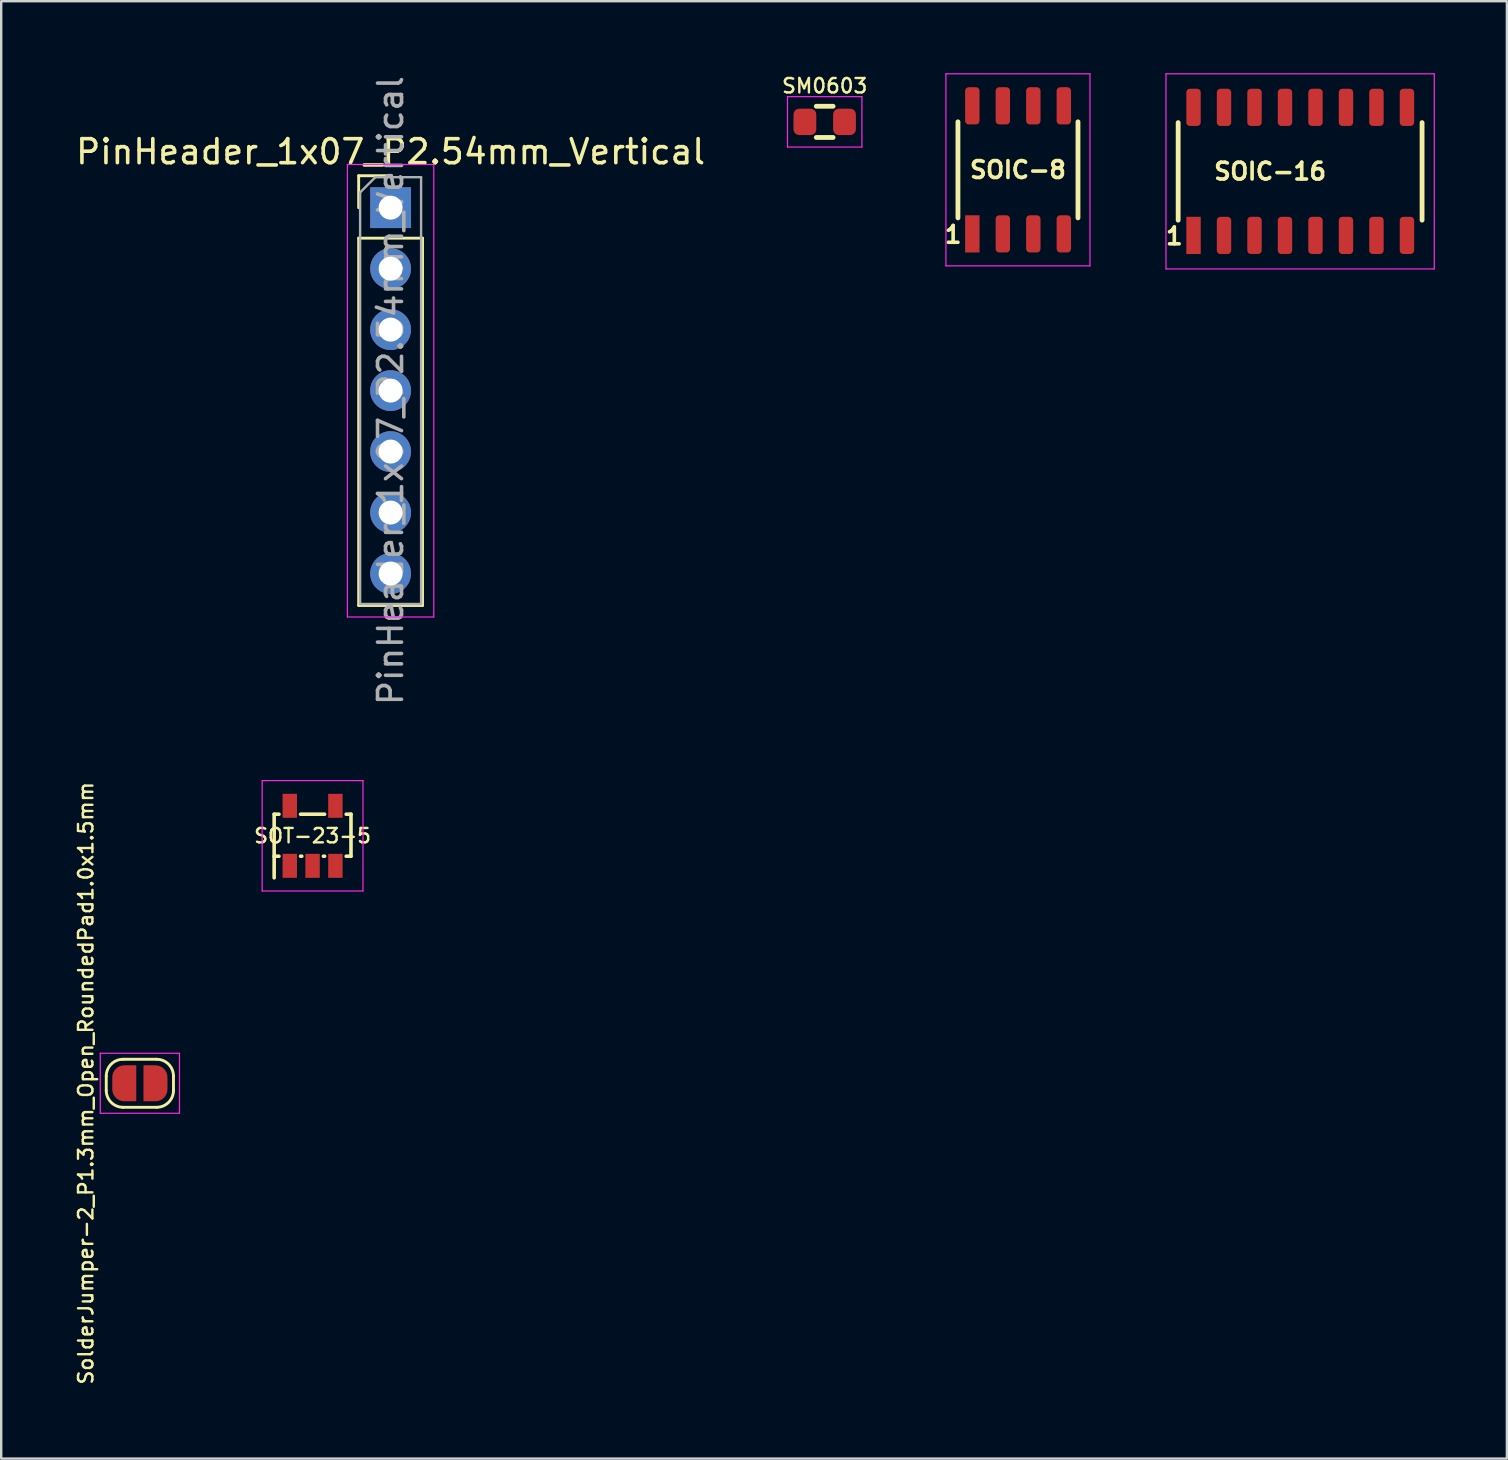
<source format=kicad_pcb>
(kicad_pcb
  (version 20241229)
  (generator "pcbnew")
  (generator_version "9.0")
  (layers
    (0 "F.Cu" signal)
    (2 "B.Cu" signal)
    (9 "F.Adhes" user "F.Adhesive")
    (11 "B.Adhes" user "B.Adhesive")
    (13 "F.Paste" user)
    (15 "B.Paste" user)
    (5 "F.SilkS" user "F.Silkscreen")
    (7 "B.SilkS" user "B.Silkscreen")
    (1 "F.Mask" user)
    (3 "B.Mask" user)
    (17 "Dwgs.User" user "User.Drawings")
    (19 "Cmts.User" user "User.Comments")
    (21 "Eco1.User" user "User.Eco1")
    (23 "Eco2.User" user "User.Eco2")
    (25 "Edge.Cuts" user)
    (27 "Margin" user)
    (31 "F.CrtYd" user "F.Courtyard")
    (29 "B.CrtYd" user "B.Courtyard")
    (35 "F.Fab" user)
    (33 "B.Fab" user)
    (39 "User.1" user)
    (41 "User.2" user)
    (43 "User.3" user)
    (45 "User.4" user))
  (footprint "SolderJumper-2_P1.3mm_Open_RoundedPad1.0x1.5mm"
    (layer "F.Cu")
    (at 2.776 42.073)
    (property "Reference" "SolderJumper-2_P1.3mm_Open_RoundedPad1.0x1.5mm" (at -2.25 0 90) (layer "F.SilkS") (effects (font (size 0.6 0.6) (thickness 0.1))))
    (attr exclude_from_pos_files)
    (fp_line (start -1.4 0.3) (end -1.4 -0.3) (stroke (width 0.12) (type solid)) (layer "F.SilkS"))
    (fp_line (start -0.7 -1) (end 0.7 -1) (stroke (width 0.12) (type solid)) (layer "F.SilkS"))
    (fp_line (start 0.7 1) (end -0.7 1) (stroke (width 0.12) (type solid)) (layer "F.SilkS"))
    (fp_line (start 1.4 -0.3) (end 1.4 0.3) (stroke (width 0.12) (type solid)) (layer "F.SilkS"))
    (fp_arc (start -1.4 -0.3) (mid -1.194975 -0.794975) (end -0.7 -1) (stroke (width 0.12) (type solid)) (layer "F.SilkS"))
    (fp_arc (start -0.699999 1) (mid -1.194974 0.794975) (end -1.4 0.300001) (stroke (width 0.12) (type solid)) (layer "F.SilkS"))
    (fp_arc (start 0.699999 -1) (mid 1.194974 -0.794975) (end 1.4 -0.300001) (stroke (width 0.12) (type solid)) (layer "F.SilkS"))
    (fp_arc (start 1.4 0.3) (mid 1.194975 0.794975) (end 0.7 1) (stroke (width 0.12) (type solid)) (layer "F.SilkS"))
    (fp_line (start -1.65 -1.25) (end -1.65 1.25) (stroke (width 0.05) (type solid)) (layer "F.CrtYd"))
    (fp_line (start -1.65 -1.25) (end 1.65 -1.25) (stroke (width 0.05) (type solid)) (layer "F.CrtYd"))
    (fp_line (start 1.65 1.25) (end -1.65 1.25) (stroke (width 0.05) (type solid)) (layer "F.CrtYd"))
    (fp_line (start 1.65 1.25) (end 1.65 -1.25) (stroke (width 0.05) (type solid)) (layer "F.CrtYd"))
    (pad "1" smd custom (at -0.65 0) (size 1 0.5) (layers "F.Cu" "F.Mask") (options (anchor rect)) (primitives (gr_circle (center 0 0.25) (end 0.5 0.25) (width 0) (fill yes)) (gr_circle (center 0 -0.25) (end 0.5 -0.25) (width 0) (fill yes)) (gr_poly (pts (xy 0 -0.75) (xy 0.5 -0.75) (xy 0.5 0.75) (xy 0 0.75)) (width 0) (fill yes))))
    (pad "2" smd custom (at 0.65 0) (size 1 0.5) (layers "F.Cu" "F.Mask") (options (anchor rect)) (primitives (gr_circle (center 0 0.25) (end 0.5 0.25) (width 0) (fill yes)) (gr_circle (center 0 -0.25) (end 0.5 -0.25) (width 0) (fill yes)) (gr_poly (pts (xy 0 -0.75) (xy -0.5 -0.75) (xy -0.5 0.75) (xy 0 0.75)) (width 0) (fill yes)))))
  (footprint "SOT-23-5"
    (layer "F.Cu")
    (at 9.97 31.765)
    (property "Reference" "SOT-23-5" (at 0 0 0) (layer "F.SilkS") (effects (font (size 0.6 0.6) (thickness 0.1))))
    (attr through_hole)
    (fp_line (start -1.6 -0.9) (end -1.6 1.75) (stroke (width 0.15) (type solid)) (layer "F.SilkS"))
    (fp_line (start -1.4 -0.9) (end -1.6 -0.9) (stroke (width 0.15) (type solid)) (layer "F.SilkS"))
    (fp_line (start -1.4 0.85) (end -1.6 0.85) (stroke (width 0.15) (type solid)) (layer "F.SilkS"))
    (fp_line (start -0.5 -0.9) (end 0.5 -0.9) (stroke (width 0.15) (type solid)) (layer "F.SilkS"))
    (fp_line (start -0.45 0.85) (end -0.5 0.85) (stroke (width 0.15) (type solid)) (layer "F.SilkS"))
    (fp_line (start 0.45 0.85) (end 0.5 0.85) (stroke (width 0.15) (type solid)) (layer "F.SilkS"))
    (fp_line (start 1.4 -0.9) (end 1.6 -0.9) (stroke (width 0.15) (type solid)) (layer "F.SilkS"))
    (fp_line (start 1.4 0.85) (end 1.6 0.85) (stroke (width 0.15) (type solid)) (layer "F.SilkS"))
    (fp_line (start 1.6 -0.9) (end 1.6 0.85) (stroke (width 0.15) (type solid)) (layer "F.SilkS"))
    (fp_line (start -2.1 -2.3) (end -2.1 2.3) (stroke (width 0.05) (type solid)) (layer "F.CrtYd"))
    (fp_line (start -2.1 -2.3) (end 2.1 -2.3) (stroke (width 0.05) (type solid)) (layer "F.CrtYd"))
    (fp_line (start 2.1 -2.3) (end 2.1 2.3) (stroke (width 0.05) (type solid)) (layer "F.CrtYd"))
    (fp_line (start 2.1 2.3) (end -2.1 2.3) (stroke (width 0.05) (type solid)) (layer "F.CrtYd"))
    (pad "1" smd rect (at -0.95 1.25) (size 0.6 1) (layers "F.Cu" "F.Mask"))
    (pad "2" smd rect (at 0 1.25) (size 0.6 1) (layers "F.Cu" "F.Mask"))
    (pad "3" smd rect (at 0.95 1.25) (size 0.6 1) (layers "F.Cu" "F.Mask"))
    (pad "4" smd rect (at 0.95 -1.25) (size 0.6 1) (layers "F.Cu" "F.Mask"))
    (pad "5" smd rect (at -0.95 -1.25) (size 0.6 1) (layers "F.Cu" "F.Mask")))
  (footprint "SM0603"
    (layer "F.Cu")
    (at 31.302 2.026)
    (property "Reference" "SM0603" (at 0 -1.5 0) (layer "F.SilkS") (effects (font (size 0.6 0.6) (thickness 0.1))))
    (attr smd)
    (fp_line (start -0.35 -0.65) (end 0.35 -0.65) (stroke (width 0.2) (type solid)) (layer "F.SilkS"))
    (fp_line (start -0.35 0.65) (end 0.35 0.65) (stroke (width 0.2) (type solid)) (layer "F.SilkS"))
    (fp_line (start -1.55 -1.05) (end -1.55 1.05) (stroke (width 0.05) (type solid)) (layer "F.CrtYd"))
    (fp_line (start -1.55 -1.05) (end 1.55 -1.05) (stroke (width 0.05) (type solid)) (layer "F.CrtYd"))
    (fp_line (start -1.55 1.05) (end 1.55 1.05) (stroke (width 0.05) (type solid)) (layer "F.CrtYd"))
    (fp_line (start 1.55 -1.05) (end 1.55 1.05) (stroke (width 0.05) (type solid)) (layer "F.CrtYd"))
    (pad "1" smd roundrect (at -0.825 0) (size 0.95 1.1) (layers "F.Cu" "F.Mask") (roundrect_rratio 0.25))
    (pad "2" smd roundrect (at 0.825 0) (size 0.95 1.1) (layers "F.Cu" "F.Mask") (roundrect_rratio 0.25)))
  (footprint "SOIC-8"
    (layer "F.Cu")
    (at 39.352 4.025)
    (property "Reference" "SOIC-8" (at 0 0 0) (layer "F.SilkS") (effects (font (size 0.7 0.7) (thickness 0.15))))
    (attr through_hole)
    (fp_line (start -2.5 -2) (end -2.5 2) (stroke (width 0.2) (type solid)) (layer "F.SilkS"))
    (fp_line (start 2.5 -2) (end 2.5 2) (stroke (width 0.2) (type solid)) (layer "F.SilkS"))
    (fp_line (start -3 -4) (end -3 4) (stroke (width 0.05) (type solid)) (layer "F.CrtYd"))
    (fp_line (start -3 4) (end 3 4) (stroke (width 0.05) (type solid)) (layer "F.CrtYd"))
    (fp_line (start 3 -4) (end -3 -4) (stroke (width 0.05) (type solid)) (layer "F.CrtYd"))
    (fp_line (start 3 4) (end 3 -4) (stroke (width 0.05) (type solid)) (layer "F.CrtYd"))
    (fp_text user "1" (at -2.7 2.7 0) (layer "F.SilkS") (effects (font (size 0.7 0.7) (thickness 0.15))))
    (pad "1" smd rect (at -1.9 2.667) (size 0.6 1.55) (layers "F.Cu" "F.Mask"))
    (pad "2" smd roundrect (at -0.63 2.667) (size 0.6 1.55) (layers "F.Cu" "F.Mask") (roundrect_rratio 0.25))
    (pad "3" smd roundrect (at 0.64 2.667) (size 0.6 1.55) (layers "F.Cu" "F.Mask") (roundrect_rratio 0.25))
    (pad "4" smd roundrect (at 1.91 2.667) (size 0.6 1.55) (layers "F.Cu" "F.Mask") (roundrect_rratio 0.25))
    (pad "5" smd roundrect (at 1.91 -2.667) (size 0.6 1.55) (layers "F.Cu" "F.Mask") (roundrect_rratio 0.25))
    (pad "6" smd roundrect (at 0.64 -2.667) (size 0.6 1.55) (layers "F.Cu" "F.Mask") (roundrect_rratio 0.25))
    (pad "7" smd roundrect (at -0.63 -2.667) (size 0.6 1.55) (layers "F.Cu" "F.Mask") (roundrect_rratio 0.25))
    (pad "8" smd roundrect (at -1.9 -2.667) (size 0.6 1.55) (layers "F.Cu" "F.Mask") (roundrect_rratio 0.25)))
  (footprint "SOIC-16"
    (layer "F.Cu")
    (at 51.105 4.089)
    (property "Reference" "SOIC-16" (at -1.25 0 0) (layer "F.SilkS") (effects (font (size 0.7 0.7) (thickness 0.15))))
    (attr through_hole)
    (fp_line (start -5.08 -2.032) (end -5.08 2.032) (stroke (width 0.2) (type solid)) (layer "F.SilkS"))
    (fp_line (start 5.08 -2.032) (end 5.08 2.032) (stroke (width 0.2) (type solid)) (layer "F.SilkS"))
    (fp_line (start -5.588 -4.064) (end -5.588 4.064) (stroke (width 0.05) (type solid)) (layer "F.CrtYd"))
    (fp_line (start -5.588 -4.064) (end 5.588 -4.064) (stroke (width 0.05) (type solid)) (layer "F.CrtYd"))
    (fp_line (start -5.588 4.064) (end 5.588 4.064) (stroke (width 0.05) (type solid)) (layer "F.CrtYd"))
    (fp_line (start 5.588 -4.064) (end 5.588 4.064) (stroke (width 0.05) (type solid)) (layer "F.CrtYd"))
    (fp_text user "1" (at -5.24 2.7 0) (layer "F.SilkS") (effects (font (size 0.7 0.7) (thickness 0.15))))
    (pad "1" smd rect (at -4.44 2.667) (size 0.6 1.55) (layers "F.Cu" "F.Mask"))
    (pad "2" smd roundrect (at -3.17 2.667) (size 0.6 1.55) (layers "F.Cu" "F.Mask") (roundrect_rratio 0.25))
    (pad "3" smd roundrect (at -1.9 2.667) (size 0.6 1.55) (layers "F.Cu" "F.Mask") (roundrect_rratio 0.25))
    (pad "4" smd roundrect (at -0.63 2.667) (size 0.6 1.55) (layers "F.Cu" "F.Mask") (roundrect_rratio 0.25))
    (pad "5" smd roundrect (at 0.64 2.667) (size 0.6 1.55) (layers "F.Cu" "F.Mask") (roundrect_rratio 0.25))
    (pad "6" smd roundrect (at 1.91 2.667) (size 0.6 1.55) (layers "F.Cu" "F.Mask") (roundrect_rratio 0.25))
    (pad "7" smd roundrect (at 3.18 2.667) (size 0.6 1.55) (layers "F.Cu" "F.Mask") (roundrect_rratio 0.25))
    (pad "8" smd roundrect (at 4.45 2.667) (size 0.6 1.55) (layers "F.Cu" "F.Mask") (roundrect_rratio 0.25))
    (pad "9" smd roundrect (at 4.45 -2.667) (size 0.6 1.55) (layers "F.Cu" "F.Mask") (roundrect_rratio 0.25))
    (pad "10" smd roundrect (at 3.18 -2.667) (size 0.6 1.55) (layers "F.Cu" "F.Mask") (roundrect_rratio 0.25))
    (pad "11" smd roundrect (at 1.91 -2.667) (size 0.6 1.55) (layers "F.Cu" "F.Mask") (roundrect_rratio 0.25))
    (pad "12" smd roundrect (at 0.64 -2.667) (size 0.6 1.55) (layers "F.Cu" "F.Mask") (roundrect_rratio 0.25))
    (pad "13" smd roundrect (at -0.63 -2.667) (size 0.6 1.55) (layers "F.Cu" "F.Mask") (roundrect_rratio 0.25))
    (pad "14" smd roundrect (at -1.9 -2.667) (size 0.6 1.55) (layers "F.Cu" "F.Mask") (roundrect_rratio 0.25))
    (pad "15" smd roundrect (at -3.17 -2.667) (size 0.6 1.55) (layers "F.Cu" "F.Mask") (roundrect_rratio 0.25))
    (pad "16" smd roundrect (at -4.44 -2.667) (size 0.6 1.55) (layers "F.Cu" "F.Mask") (roundrect_rratio 0.25)))
  (footprint "PinHeader_1x07_P2.54mm_Vertical"
    (layer "F.Cu")
    (at 13.22 5.6)
    (property "Reference" "PinHeader_1x07_P2.54mm_Vertical" (at 0 -2.33 0) (layer "F.SilkS") (effects (font (size 1 1) (thickness 0.15))))
    (attr through_hole)
    (fp_line (start -1.33 -1.33) (end 0 -1.33) (stroke (width 0.12) (type solid)) (layer "F.SilkS"))
    (fp_line (start -1.33 0) (end -1.33 -1.33) (stroke (width 0.12) (type solid)) (layer "F.SilkS"))
    (fp_line (start -1.33 1.27) (end -1.33 16.57) (stroke (width 0.12) (type solid)) (layer "F.SilkS"))
    (fp_line (start -1.33 1.27) (end 1.33 1.27) (stroke (width 0.12) (type solid)) (layer "F.SilkS"))
    (fp_line (start -1.33 16.57) (end 1.33 16.57) (stroke (width 0.12) (type solid)) (layer "F.SilkS"))
    (fp_line (start 1.33 1.27) (end 1.33 16.57) (stroke (width 0.12) (type solid)) (layer "F.SilkS"))
    (fp_line (start -1.8 -1.8) (end -1.8 17.05) (stroke (width 0.05) (type solid)) (layer "F.CrtYd"))
    (fp_line (start -1.8 17.05) (end 1.8 17.05) (stroke (width 0.05) (type solid)) (layer "F.CrtYd"))
    (fp_line (start 1.8 -1.8) (end -1.8 -1.8) (stroke (width 0.05) (type solid)) (layer "F.CrtYd"))
    (fp_line (start 1.8 17.05) (end 1.8 -1.8) (stroke (width 0.05) (type solid)) (layer "F.CrtYd"))
    (fp_line (start -1.27 -0.635) (end -0.635 -1.27) (stroke (width 0.1) (type solid)) (layer "F.Fab"))
    (fp_line (start -1.27 16.51) (end -1.27 -0.635) (stroke (width 0.1) (type solid)) (layer "F.Fab"))
    (fp_line (start -0.635 -1.27) (end 1.27 -1.27) (stroke (width 0.1) (type solid)) (layer "F.Fab"))
    (fp_line (start 1.27 -1.27) (end 1.27 16.51) (stroke (width 0.1) (type solid)) (layer "F.Fab"))
    (fp_line (start 1.27 16.51) (end -1.27 16.51) (stroke (width 0.1) (type solid)) (layer "F.Fab"))
    (fp_text user "${REFERENCE}" (at 0 7.62 90) (layer "F.Fab") (effects (font (size 1 1) (thickness 0.15))))
    (pad "1" thru_hole rect (at 0 0) (size 1.7 1.7) (drill 1) (layers "*.Cu" "*.Mask"))
    (pad "2" thru_hole oval (at 0 2.54) (size 1.7 1.7) (drill 1) (layers "*.Cu" "*.Mask"))
    (pad "3" thru_hole oval (at 0 5.08) (size 1.7 1.7) (drill 1) (layers "*.Cu" "*.Mask"))
    (pad "4" thru_hole oval (at 0 7.62) (size 1.7 1.7) (drill 1) (layers "*.Cu" "*.Mask"))
    (pad "5" thru_hole oval (at 0 10.16) (size 1.7 1.7) (drill 1) (layers "*.Cu" "*.Mask"))
    (pad "6" thru_hole oval (at 0 12.7) (size 1.7 1.7) (drill 1) (layers "*.Cu" "*.Mask"))
    (pad "7" thru_hole oval (at 0 15.24) (size 1.7 1.7) (drill 1) (layers "*.Cu" "*.Mask")))
  (gr_rect
    (start -3 -3)
    (end 59.718 57.706)
    (stroke (width 0.1) (type default))
    (fill no)
    (layer "Edge.Cuts")))
</source>
